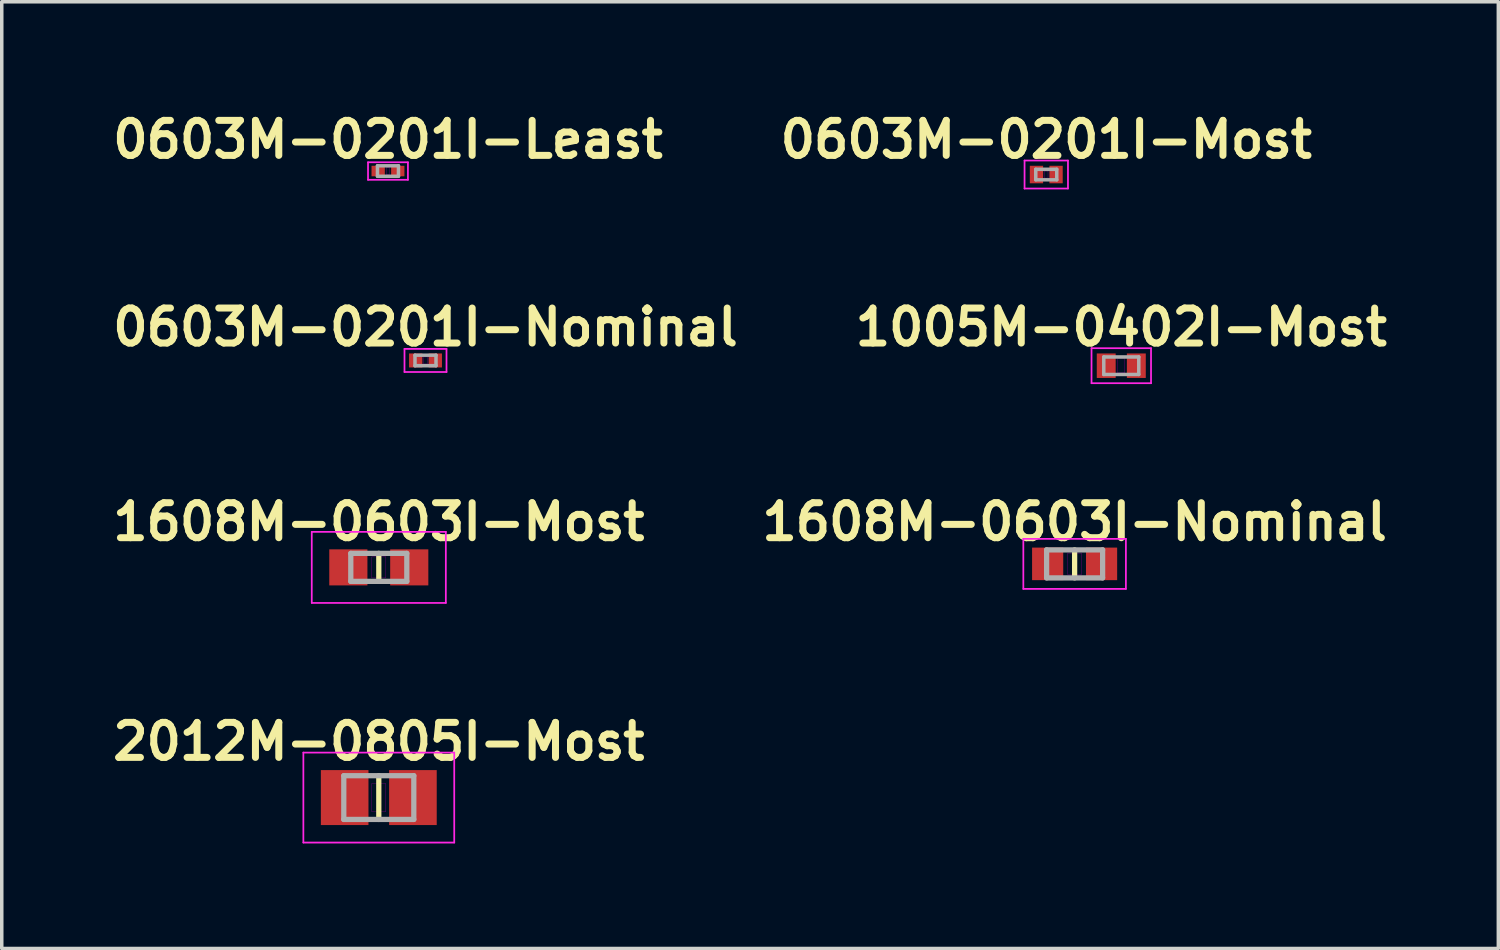
<source format=kicad_pcb>
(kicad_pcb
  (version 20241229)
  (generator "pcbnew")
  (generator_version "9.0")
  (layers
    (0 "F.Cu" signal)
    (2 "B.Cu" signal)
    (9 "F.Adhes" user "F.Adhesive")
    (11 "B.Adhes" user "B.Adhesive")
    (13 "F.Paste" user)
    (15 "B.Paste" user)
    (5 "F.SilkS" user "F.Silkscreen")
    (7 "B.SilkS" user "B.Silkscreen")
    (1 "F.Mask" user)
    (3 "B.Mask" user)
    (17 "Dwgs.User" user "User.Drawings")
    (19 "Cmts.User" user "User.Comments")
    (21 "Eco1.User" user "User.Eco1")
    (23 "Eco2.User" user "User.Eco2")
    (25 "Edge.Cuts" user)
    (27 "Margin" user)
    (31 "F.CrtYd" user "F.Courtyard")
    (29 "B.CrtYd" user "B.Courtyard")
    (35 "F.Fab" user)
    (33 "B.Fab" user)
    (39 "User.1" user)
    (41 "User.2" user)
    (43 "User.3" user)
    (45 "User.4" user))
  (footprint "0603M-0201I-Most"
    (layer "F.Cu")
    (at 26.838 1.936)
    (property "Reference" "0603M-0201I-Most" (at 0 -1 0) (layer "F.SilkS") (effects (font (size 1 1) (thickness 0.2))))
    (attr smd)
    (fp_line (start -0.05 -0.1) (end -0.05 0.1) (stroke (width 0.01) (type solid)) (layer "F.Adhes"))
    (fp_line (start -0.05 0.1) (end 0.05 0.1) (stroke (width 0.01) (type solid)) (layer "F.Adhes"))
    (fp_line (start 0.05 -0.1) (end -0.05 -0.1) (stroke (width 0.01) (type solid)) (layer "F.Adhes"))
    (fp_line (start 0.05 0.1) (end 0.05 -0.1) (stroke (width 0.01) (type solid)) (layer "F.Adhes"))
    (fp_line (start -0.62 -0.4) (end 0.62 -0.4) (stroke (width 0.05) (type solid)) (layer "F.CrtYd"))
    (fp_line (start -0.62 0.4) (end -0.62 -0.4) (stroke (width 0.05) (type solid)) (layer "F.CrtYd"))
    (fp_line (start 0.62 -0.4) (end 0.62 0.4) (stroke (width 0.05) (type solid)) (layer "F.CrtYd"))
    (fp_line (start 0.62 0.4) (end -0.62 0.4) (stroke (width 0.05) (type solid)) (layer "F.CrtYd"))
    (fp_line (start -0.3 -0.15) (end -0.3 0.15) (stroke (width 0.1) (type solid)) (layer "F.Fab"))
    (fp_line (start -0.3 0.15) (end 0.3 0.15) (stroke (width 0.1) (type solid)) (layer "F.Fab"))
    (fp_line (start 0.3 -0.15) (end -0.3 -0.15) (stroke (width 0.1) (type solid)) (layer "F.Fab"))
    (fp_line (start 0.3 0.15) (end 0.3 -0.15) (stroke (width 0.1) (type solid)) (layer "F.Fab"))
    (pad "1" smd rect (at -0.28 0) (size 0.38 0.5) (layers "F.Cu" "F.Mask" "F.Paste"))
    (pad "2" smd rect (at 0.28 0) (size 0.38 0.5) (layers "F.Cu" "F.Mask" "F.Paste")))
  (footprint "1005M-0402I-Most"
    (layer "F.Cu")
    (at 28.981 7.397)
    (property "Reference" "1005M-0402I-Most" (at 0 -1.1 0) (layer "F.SilkS") (effects (font (size 1 1) (thickness 0.2))))
    (attr smd)
    (fp_line (start -0.1 -0.2) (end -0.1 0.2) (stroke (width 0.01) (type solid)) (layer "F.Adhes"))
    (fp_line (start -0.1 0.2) (end 0.1 0.2) (stroke (width 0.01) (type solid)) (layer "F.Adhes"))
    (fp_line (start 0.1 -0.2) (end -0.1 -0.2) (stroke (width 0.01) (type solid)) (layer "F.Adhes"))
    (fp_line (start 0.1 0.2) (end 0.1 -0.2) (stroke (width 0.01) (type solid)) (layer "F.Adhes"))
    (fp_line (start -0.85 -0.5) (end 0.85 -0.5) (stroke (width 0.05) (type solid)) (layer "F.CrtYd"))
    (fp_line (start -0.85 0.5) (end -0.85 -0.5) (stroke (width 0.05) (type solid)) (layer "F.CrtYd"))
    (fp_line (start 0.85 -0.5) (end 0.85 0.5) (stroke (width 0.05) (type solid)) (layer "F.CrtYd"))
    (fp_line (start 0.85 0.5) (end -0.85 0.5) (stroke (width 0.05) (type solid)) (layer "F.CrtYd"))
    (fp_line (start -0.5 -0.25) (end -0.5 0.25) (stroke (width 0.1) (type solid)) (layer "F.Fab"))
    (fp_line (start -0.5 0.25) (end 0.5 0.25) (stroke (width 0.1) (type solid)) (layer "F.Fab"))
    (fp_line (start 0.5 -0.25) (end -0.5 -0.25) (stroke (width 0.1) (type solid)) (layer "F.Fab"))
    (fp_line (start 0.5 0.25) (end 0.5 -0.25) (stroke (width 0.1) (type solid)) (layer "F.Fab"))
    (pad "1" smd rect (at -0.43 0) (size 0.54 0.7) (layers "F.Cu" "F.Mask" "F.Paste"))
    (pad "2" smd rect (at 0.43 0) (size 0.54 0.7) (layers "F.Cu" "F.Mask" "F.Paste")))
  (footprint "1608M-0603I-Nominal"
    (layer "F.Cu")
    (at 27.648 13.058)
    (property "Reference" "1608M-0603I-Nominal" (at 0 -1.2 0) (layer "F.SilkS") (effects (font (size 1 1) (thickness 0.2))))
    (attr smd)
    (fp_line (start 0 0.4) (end 0 -0.4) (stroke (width 0.15) (type solid)) (layer "F.SilkS"))
    (fp_line (start -0.2 -0.3) (end -0.2 0.3) (stroke (width 0.01) (type solid)) (layer "F.Adhes"))
    (fp_line (start -0.2 0.3) (end 0.2 0.3) (stroke (width 0.01) (type solid)) (layer "F.Adhes"))
    (fp_line (start 0.2 -0.3) (end -0.2 -0.3) (stroke (width 0.01) (type solid)) (layer "F.Adhes"))
    (fp_line (start 0.2 0.3) (end 0.2 -0.3) (stroke (width 0.01) (type solid)) (layer "F.Adhes"))
    (fp_line (start -1.465 -0.715) (end 1.465 -0.715) (stroke (width 0.05) (type solid)) (layer "F.CrtYd"))
    (fp_line (start -1.465 0.715) (end -1.465 -0.715) (stroke (width 0.05) (type solid)) (layer "F.CrtYd"))
    (fp_line (start 1.465 -0.715) (end 1.465 0.715) (stroke (width 0.05) (type solid)) (layer "F.CrtYd"))
    (fp_line (start 1.465 0.715) (end -1.465 0.715) (stroke (width 0.05) (type solid)) (layer "F.CrtYd"))
    (fp_line (start -0.8 -0.4) (end -0.8 0.4) (stroke (width 0.15) (type solid)) (layer "F.Fab"))
    (fp_line (start -0.8 0.4) (end 0.8 0.4) (stroke (width 0.15) (type solid)) (layer "F.Fab"))
    (fp_line (start 0.8 -0.4) (end -0.8 -0.4) (stroke (width 0.15) (type solid)) (layer "F.Fab"))
    (fp_line (start 0.8 0.4) (end 0.8 -0.4) (stroke (width 0.15) (type solid)) (layer "F.Fab"))
    (pad "1" smd rect (at -0.77 0) (size 0.89 0.93) (layers "F.Cu" "F.Mask" "F.Paste"))
    (pad "2" smd rect (at 0.77 0) (size 0.89 0.93) (layers "F.Cu" "F.Mask" "F.Paste")))
  (footprint "1608M-0603I-Most"
    (layer "F.Cu")
    (at 7.771 13.158)
    (property "Reference" "1608M-0603I-Most" (at 0 -1.3 0) (layer "F.SilkS") (effects (font (size 1 1) (thickness 0.2))))
    (attr smd)
    (fp_line (start 0 -0.4) (end 0 0.4) (stroke (width 0.15) (type solid)) (layer "F.SilkS"))
    (fp_line (start -0.2 -0.3) (end -0.2 0.3) (stroke (width 0.01) (type solid)) (layer "F.Adhes"))
    (fp_line (start -0.2 0.3) (end 0.2 0.3) (stroke (width 0.01) (type solid)) (layer "F.Adhes"))
    (fp_line (start 0.2 -0.3) (end -0.2 -0.3) (stroke (width 0.01) (type solid)) (layer "F.Adhes"))
    (fp_line (start 0.2 0.3) (end 0.2 -0.3) (stroke (width 0.01) (type solid)) (layer "F.Adhes"))
    (fp_line (start -1.915 -1.015) (end 1.915 -1.015) (stroke (width 0.05) (type solid)) (layer "F.CrtYd"))
    (fp_line (start -1.915 1.015) (end -1.915 -1.015) (stroke (width 0.05) (type solid)) (layer "F.CrtYd"))
    (fp_line (start 1.915 -1.015) (end 1.915 1.015) (stroke (width 0.05) (type solid)) (layer "F.CrtYd"))
    (fp_line (start 1.915 1.015) (end -1.915 1.015) (stroke (width 0.05) (type solid)) (layer "F.CrtYd"))
    (fp_line (start -0.8 -0.4) (end -0.8 0.4) (stroke (width 0.15) (type solid)) (layer "F.Fab"))
    (fp_line (start -0.8 0.4) (end 0.8 0.4) (stroke (width 0.15) (type solid)) (layer "F.Fab"))
    (fp_line (start 0.8 -0.4) (end -0.8 -0.4) (stroke (width 0.15) (type solid)) (layer "F.Fab"))
    (fp_line (start 0.8 0.4) (end 0.8 -0.4) (stroke (width 0.15) (type solid)) (layer "F.Fab"))
    (pad "1" smd rect (at -0.87 0) (size 1.09 1.03) (layers "F.Cu" "F.Mask" "F.Paste"))
    (pad "2" smd rect (at 0.87 0) (size 1.09 1.03) (layers "F.Cu" "F.Mask" "F.Paste")))
  (footprint "0603M-0201I-Nominal"
    (layer "F.Cu")
    (at 9.105 7.247)
    (property "Reference" "0603M-0201I-Nominal" (at 0 -0.95 0) (layer "F.SilkS") (effects (font (size 1 1) (thickness 0.2))))
    (attr smd)
    (fp_line (start -0.05 -0.1) (end -0.05 0.1) (stroke (width 0.01) (type solid)) (layer "F.Adhes"))
    (fp_line (start -0.05 0.1) (end 0.05 0.1) (stroke (width 0.01) (type solid)) (layer "F.Adhes"))
    (fp_line (start 0.05 -0.1) (end -0.05 -0.1) (stroke (width 0.01) (type solid)) (layer "F.Adhes"))
    (fp_line (start 0.05 0.1) (end 0.05 -0.1) (stroke (width 0.01) (type solid)) (layer "F.Adhes"))
    (fp_line (start -0.6 -0.33) (end 0.6 -0.33) (stroke (width 0.05) (type solid)) (layer "F.CrtYd"))
    (fp_line (start -0.6 0.33) (end -0.6 -0.33) (stroke (width 0.05) (type solid)) (layer "F.CrtYd"))
    (fp_line (start 0.6 -0.33) (end 0.6 0.33) (stroke (width 0.05) (type solid)) (layer "F.CrtYd"))
    (fp_line (start 0.6 0.33) (end -0.6 0.33) (stroke (width 0.05) (type solid)) (layer "F.CrtYd"))
    (fp_line (start -0.3 -0.15) (end -0.3 0.15) (stroke (width 0.1) (type solid)) (layer "F.Fab"))
    (fp_line (start -0.3 0.15) (end 0.3 0.15) (stroke (width 0.1) (type solid)) (layer "F.Fab"))
    (fp_line (start 0.3 -0.15) (end -0.3 -0.15) (stroke (width 0.1) (type solid)) (layer "F.Fab"))
    (fp_line (start 0.3 0.15) (end 0.3 -0.15) (stroke (width 0.1) (type solid)) (layer "F.Fab"))
    (pad "1" smd rect (at -0.28 0) (size 0.38 0.4) (layers "F.Cu" "F.Mask" "F.Paste"))
    (pad "2" smd rect (at 0.28 0) (size 0.38 0.4) (layers "F.Cu" "F.Mask" "F.Paste")))
  (footprint "0603M-0201I-Least"
    (layer "F.Cu")
    (at 8.033 1.836)
    (property "Reference" "0603M-0201I-Least" (at 0 -0.9 0) (layer "F.SilkS") (effects (font (size 1 1) (thickness 0.2))))
    (attr smd)
    (fp_line (start -0.05 -0.1) (end -0.05 0.1) (stroke (width 0.01) (type solid)) (layer "F.Adhes"))
    (fp_line (start -0.05 0.1) (end 0.05 0.1) (stroke (width 0.01) (type solid)) (layer "F.Adhes"))
    (fp_line (start 0.05 -0.1) (end -0.05 -0.1) (stroke (width 0.01) (type solid)) (layer "F.Adhes"))
    (fp_line (start 0.05 0.1) (end 0.05 -0.1) (stroke (width 0.01) (type solid)) (layer "F.Adhes"))
    (fp_line (start -0.57 -0.25) (end 0.57 -0.25) (stroke (width 0.05) (type solid)) (layer "F.CrtYd"))
    (fp_line (start -0.57 0.25) (end -0.57 -0.25) (stroke (width 0.05) (type solid)) (layer "F.CrtYd"))
    (fp_line (start 0.57 -0.25) (end 0.57 0.25) (stroke (width 0.05) (type solid)) (layer "F.CrtYd"))
    (fp_line (start 0.57 0.25) (end -0.57 0.25) (stroke (width 0.05) (type solid)) (layer "F.CrtYd"))
    (fp_line (start -0.3 -0.15) (end -0.3 0.15) (stroke (width 0.1) (type solid)) (layer "F.Fab"))
    (fp_line (start -0.3 0.15) (end 0.3 0.15) (stroke (width 0.1) (type solid)) (layer "F.Fab"))
    (fp_line (start 0.3 -0.15) (end -0.3 -0.15) (stroke (width 0.1) (type solid)) (layer "F.Fab"))
    (fp_line (start 0.3 0.15) (end 0.3 -0.15) (stroke (width 0.1) (type solid)) (layer "F.Fab"))
    (pad "1" smd rect (at -0.28 0) (size 0.38 0.3) (layers "F.Cu" "F.Mask" "F.Paste"))
    (pad "2" smd rect (at 0.28 0) (size 0.38 0.3) (layers "F.Cu" "F.Mask" "F.Paste")))
  (footprint "2012M-0805I-Most"
    (layer "F.Cu")
    (at 7.771 19.734)
    (property "Reference" "2012M-0805I-Most" (at 0 -1.6 0) (layer "F.SilkS") (effects (font (size 1 1) (thickness 0.2))))
    (attr smd)
    (fp_line (start 0 -0.625) (end 0 0.625) (stroke (width 0.15) (type solid)) (layer "F.SilkS"))
    (fp_line (start -0.2 -0.4) (end -0.2 0.4) (stroke (width 0.01) (type solid)) (layer "F.Adhes"))
    (fp_line (start -0.2 0.4) (end 0.2 0.4) (stroke (width 0.01) (type solid)) (layer "F.Adhes"))
    (fp_line (start 0.2 -0.4) (end -0.2 -0.4) (stroke (width 0.01) (type solid)) (layer "F.Adhes"))
    (fp_line (start 0.2 0.4) (end 0.2 -0.4) (stroke (width 0.01) (type solid)) (layer "F.Adhes"))
    (fp_line (start -2.155 -1.285) (end 2.155 -1.285) (stroke (width 0.05) (type solid)) (layer "F.CrtYd"))
    (fp_line (start -2.155 1.285) (end -2.155 -1.285) (stroke (width 0.05) (type solid)) (layer "F.CrtYd"))
    (fp_line (start 2.155 -1.285) (end 2.155 1.285) (stroke (width 0.05) (type solid)) (layer "F.CrtYd"))
    (fp_line (start 2.155 1.285) (end -2.155 1.285) (stroke (width 0.05) (type solid)) (layer "F.CrtYd"))
    (fp_line (start -1 -0.625) (end -1 0.625) (stroke (width 0.15) (type solid)) (layer "F.Fab"))
    (fp_line (start -1 0.625) (end 1 0.625) (stroke (width 0.15) (type solid)) (layer "F.Fab"))
    (fp_line (start 1 -0.625) (end -1 -0.625) (stroke (width 0.15) (type solid)) (layer "F.Fab"))
    (fp_line (start 1 0.625) (end 1 -0.625) (stroke (width 0.15) (type solid)) (layer "F.Fab"))
    (pad "1" smd rect (at -0.975 0) (size 1.36 1.57) (layers "F.Cu" "F.Mask" "F.Paste"))
    (pad "2" smd rect (at 0.975 0) (size 1.36 1.57) (layers "F.Cu" "F.Mask" "F.Paste")))
  (gr_rect
    (start -3 -3)
    (end 39.752 24.044)
    (stroke (width 0.1) (type default))
    (fill no)
    (layer "Edge.Cuts")))
</source>
